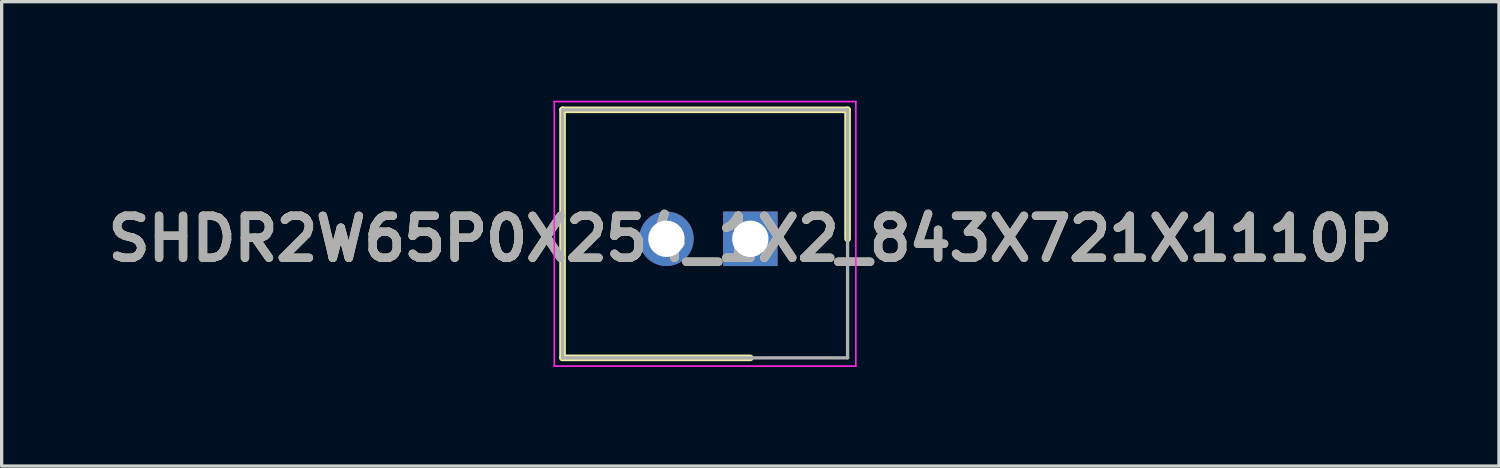
<source format=kicad_pcb>
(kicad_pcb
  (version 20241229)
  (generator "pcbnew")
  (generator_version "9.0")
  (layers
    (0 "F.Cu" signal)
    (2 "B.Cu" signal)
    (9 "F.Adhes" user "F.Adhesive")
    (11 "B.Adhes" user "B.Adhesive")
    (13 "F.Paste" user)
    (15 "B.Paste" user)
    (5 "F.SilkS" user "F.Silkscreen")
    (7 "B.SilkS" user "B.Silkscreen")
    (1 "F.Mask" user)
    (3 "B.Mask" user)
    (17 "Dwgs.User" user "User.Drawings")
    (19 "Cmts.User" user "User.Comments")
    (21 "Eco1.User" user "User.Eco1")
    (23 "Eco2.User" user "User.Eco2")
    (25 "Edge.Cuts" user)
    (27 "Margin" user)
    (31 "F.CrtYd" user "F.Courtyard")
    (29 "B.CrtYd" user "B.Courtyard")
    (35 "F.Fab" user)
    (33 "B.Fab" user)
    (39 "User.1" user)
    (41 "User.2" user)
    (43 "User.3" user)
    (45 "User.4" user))
  (footprint "SHDR2W65P0X254_1X2_843X721X1110P"
    (layer "F.Cu")
    (at 19.667 4.18)
    (property "Reference" "SHDR2W65P0X254_1X2_843X721X1110P" (at 0 0 0) (layer "F.SilkS") (effects (font (size 1.27 1.27) (thickness 0.254))))
    (attr through_hole)
    (fp_line (start -5.685 -3.905) (end 2.945 -3.905) (stroke (width 0.2) (type solid)) (layer "F.SilkS"))
    (fp_line (start -5.685 3.605) (end -5.685 -3.905) (stroke (width 0.2) (type solid)) (layer "F.SilkS"))
    (fp_line (start 0 3.605) (end -5.685 3.605) (stroke (width 0.2) (type solid)) (layer "F.SilkS"))
    (fp_line (start 2.945 -3.905) (end 2.945 0) (stroke (width 0.2) (type solid)) (layer "F.SilkS"))
    (fp_line (start -5.935 -4.155) (end 3.195 -4.155) (stroke (width 0.05) (type solid)) (layer "F.CrtYd"))
    (fp_line (start -5.935 3.855) (end -5.935 -4.155) (stroke (width 0.05) (type solid)) (layer "F.CrtYd"))
    (fp_line (start 3.195 -4.155) (end 3.195 3.855) (stroke (width 0.05) (type solid)) (layer "F.CrtYd"))
    (fp_line (start 3.195 3.855) (end -5.935 3.855) (stroke (width 0.05) (type solid)) (layer "F.CrtYd"))
    (fp_line (start -5.685 -3.905) (end 2.945 -3.905) (stroke (width 0.1) (type solid)) (layer "F.Fab"))
    (fp_line (start -5.685 3.605) (end -5.685 -3.905) (stroke (width 0.1) (type solid)) (layer "F.Fab"))
    (fp_line (start 2.945 -3.905) (end 2.945 3.605) (stroke (width 0.1) (type solid)) (layer "F.Fab"))
    (fp_line (start 2.945 3.605) (end -5.685 3.605) (stroke (width 0.1) (type solid)) (layer "F.Fab"))
    (fp_text user "${REFERENCE}" (at 0 0 0) (layer "F.Fab") (effects (font (size 1.27 1.27) (thickness 0.254))))
    (pad "1" thru_hole rect (at 0 0) (size 1.65 1.65) (drill 1.1) (layers "*.Cu" "*.Mask"))
    (pad "2" thru_hole circle (at -2.54 0) (size 1.65 1.65) (drill 1.1) (layers "*.Cu" "*.Mask")))
  (gr_rect
    (start -3 -3)
    (end 42.334 11.06)
    (stroke (width 0.1) (type default))
    (fill no)
    (layer "Edge.Cuts")))
</source>
